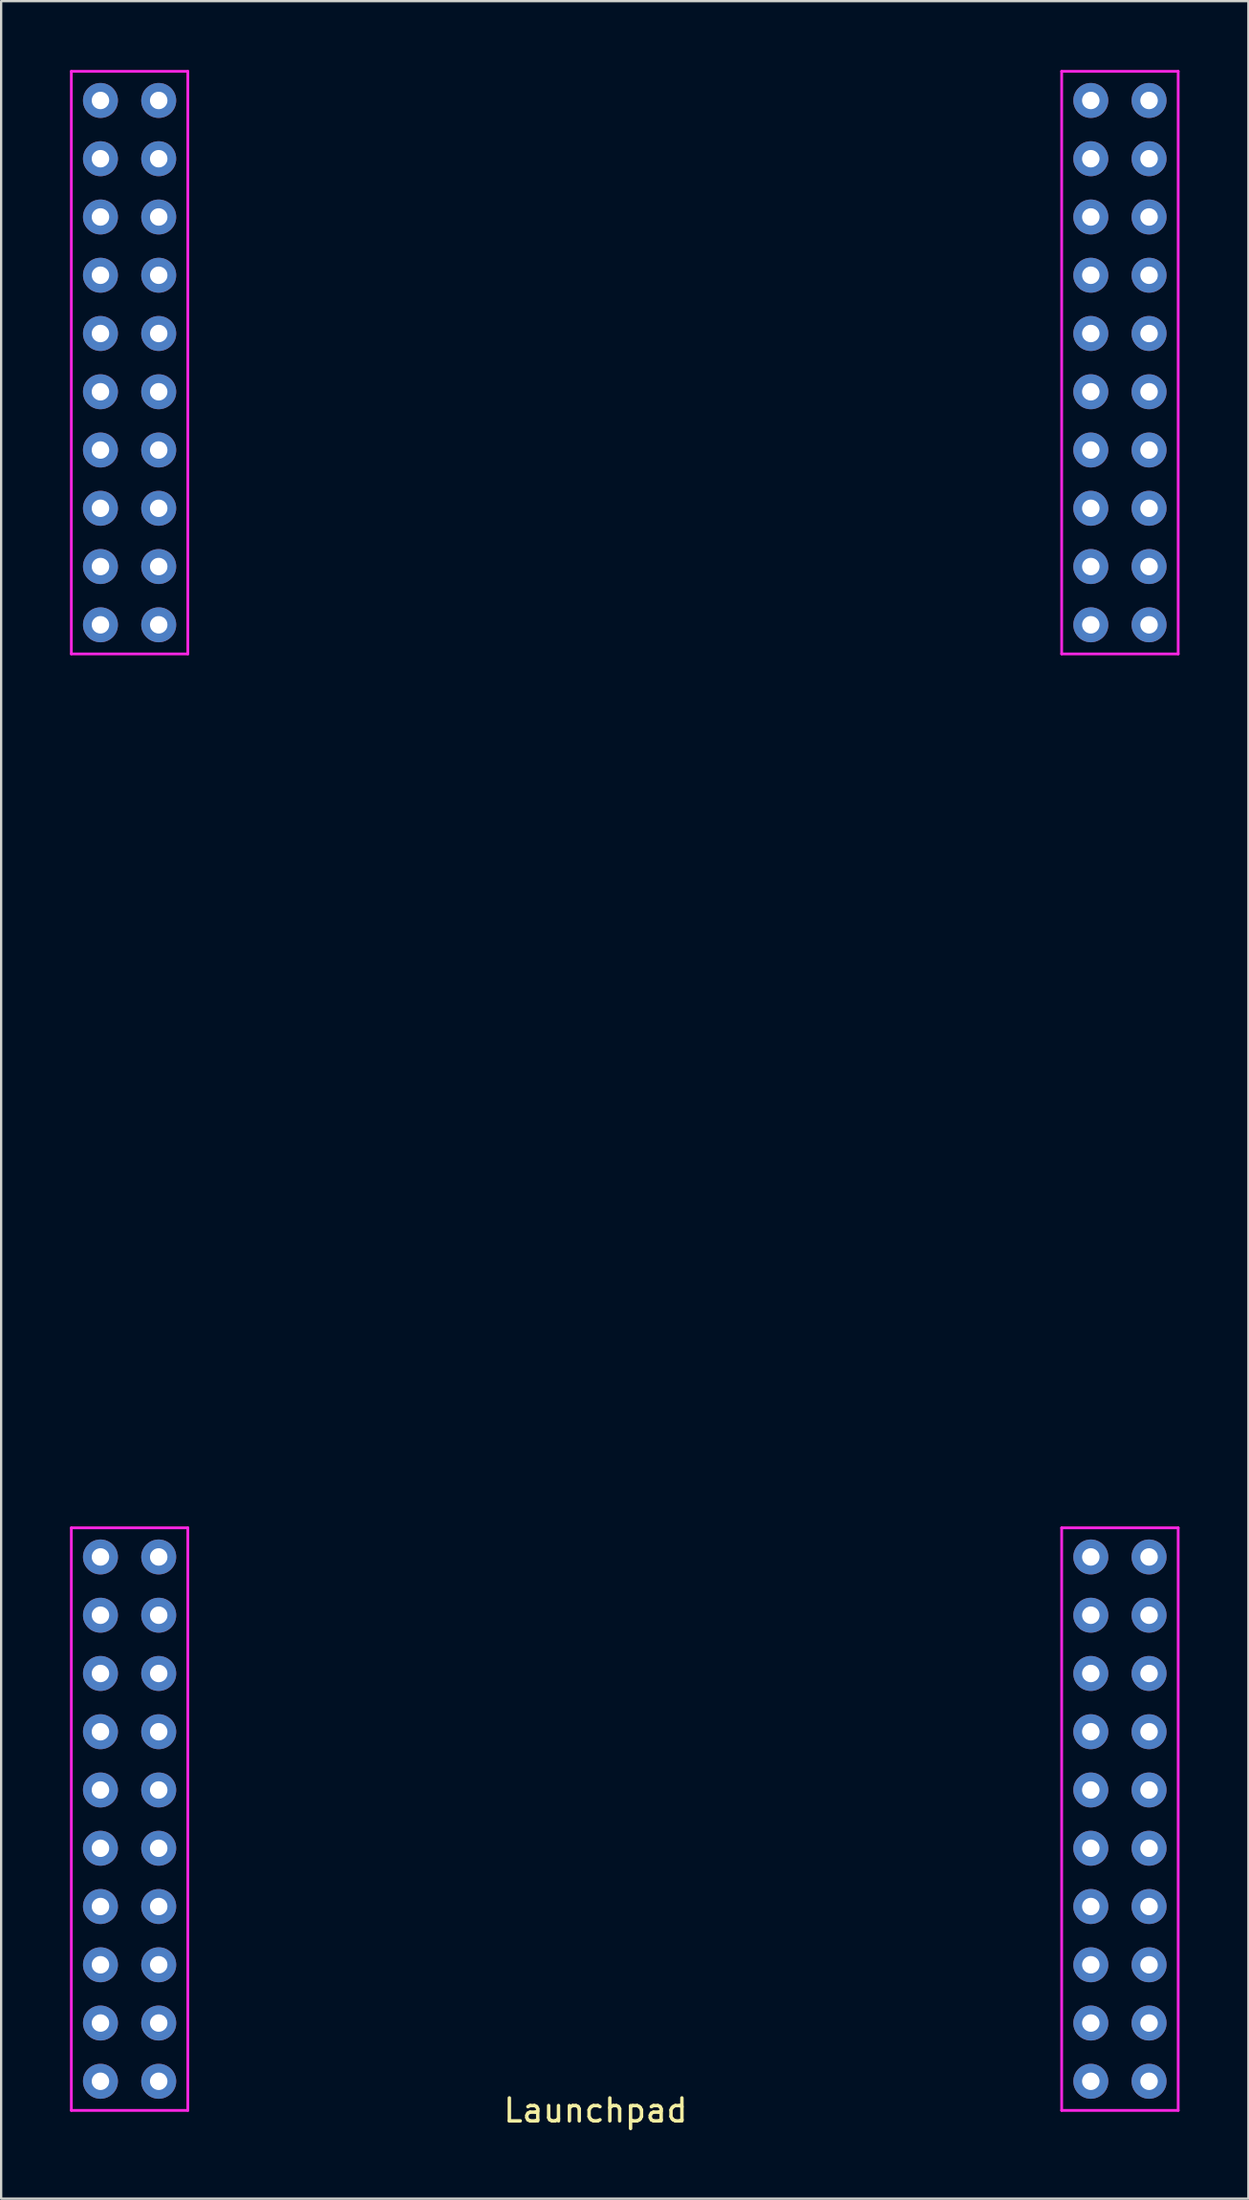
<source format=kicad_pcb>
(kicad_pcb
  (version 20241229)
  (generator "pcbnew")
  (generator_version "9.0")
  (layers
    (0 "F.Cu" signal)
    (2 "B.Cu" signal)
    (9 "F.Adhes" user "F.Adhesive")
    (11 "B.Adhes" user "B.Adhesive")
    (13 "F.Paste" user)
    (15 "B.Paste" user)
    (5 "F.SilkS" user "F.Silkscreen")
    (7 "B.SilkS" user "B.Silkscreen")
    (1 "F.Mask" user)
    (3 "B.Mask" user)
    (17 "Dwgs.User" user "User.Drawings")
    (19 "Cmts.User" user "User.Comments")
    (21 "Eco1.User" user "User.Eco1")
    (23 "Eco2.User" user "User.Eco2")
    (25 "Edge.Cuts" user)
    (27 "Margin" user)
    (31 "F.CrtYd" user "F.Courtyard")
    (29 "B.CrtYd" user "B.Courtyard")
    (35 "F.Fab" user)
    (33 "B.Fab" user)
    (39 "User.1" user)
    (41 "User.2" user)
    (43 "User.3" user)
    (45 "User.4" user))
  (footprint "Launchpad"
    (layer "F.Cu")
    (at 22.92 43.24)
    (property "Reference" "Launchpad" (at 0 45.72 0) (layer "F.SilkS") (effects (font (size 1 1) (thickness 0.15))))
    (attr through_hole)
    (fp_line (start -22.86 -43.18) (end -17.78 -43.18) (stroke (width 0.12) (type solid)) (layer "F.CrtYd"))
    (fp_line (start -22.86 -17.78) (end -22.86 -43.18) (stroke (width 0.12) (type solid)) (layer "F.CrtYd"))
    (fp_line (start -22.86 20.32) (end -17.78 20.32) (stroke (width 0.12) (type solid)) (layer "F.CrtYd"))
    (fp_line (start -22.86 45.72) (end -22.86 20.32) (stroke (width 0.12) (type solid)) (layer "F.CrtYd"))
    (fp_line (start -17.78 -43.18) (end -17.78 -17.78) (stroke (width 0.12) (type solid)) (layer "F.CrtYd"))
    (fp_line (start -17.78 -17.78) (end -22.86 -17.78) (stroke (width 0.12) (type solid)) (layer "F.CrtYd"))
    (fp_line (start -17.78 20.32) (end -17.78 45.72) (stroke (width 0.12) (type solid)) (layer "F.CrtYd"))
    (fp_line (start -17.78 45.72) (end -22.86 45.72) (stroke (width 0.12) (type solid)) (layer "F.CrtYd"))
    (fp_line (start 20.32 -43.18) (end 25.4 -43.18) (stroke (width 0.12) (type solid)) (layer "F.CrtYd"))
    (fp_line (start 20.32 -17.78) (end 20.32 -43.18) (stroke (width 0.12) (type solid)) (layer "F.CrtYd"))
    (fp_line (start 20.32 20.32) (end 25.4 20.32) (stroke (width 0.12) (type solid)) (layer "F.CrtYd"))
    (fp_line (start 20.32 45.72) (end 20.32 20.32) (stroke (width 0.12) (type solid)) (layer "F.CrtYd"))
    (fp_line (start 25.4 -43.18) (end 25.4 -17.78) (stroke (width 0.12) (type solid)) (layer "F.CrtYd"))
    (fp_line (start 25.4 -17.78) (end 20.32 -17.78) (stroke (width 0.12) (type solid)) (layer "F.CrtYd"))
    (fp_line (start 25.4 20.32) (end 25.4 45.72) (stroke (width 0.12) (type solid)) (layer "F.CrtYd"))
    (fp_line (start 25.4 45.72) (end 20.32 45.72) (stroke (width 0.12) (type solid)) (layer "F.CrtYd"))
    (pad "1" thru_hole circle (at -21.59 -41.91) (size 1.524 1.524) (drill 0.762) (layers "*.Cu" "*.Mask"))
    (pad "2" thru_hole circle (at -19.05 -41.91) (size 1.524 1.524) (drill 0.762) (layers "*.Cu" "*.Mask"))
    (pad "3" thru_hole circle (at -21.59 -39.37) (size 1.524 1.524) (drill 0.762) (layers "*.Cu" "*.Mask"))
    (pad "4" thru_hole circle (at -19.05 -39.37) (size 1.524 1.524) (drill 0.762) (layers "*.Cu" "*.Mask"))
    (pad "5" thru_hole circle (at -21.59 -36.83) (size 1.524 1.524) (drill 0.762) (layers "*.Cu" "*.Mask"))
    (pad "6" thru_hole circle (at -19.05 -36.83) (size 1.524 1.524) (drill 0.762) (layers "*.Cu" "*.Mask"))
    (pad "7" thru_hole circle (at -21.59 -34.29) (size 1.524 1.524) (drill 0.762) (layers "*.Cu" "*.Mask"))
    (pad "8" thru_hole circle (at -19.05 -34.29) (size 1.524 1.524) (drill 0.762) (layers "*.Cu" "*.Mask"))
    (pad "9" thru_hole circle (at -21.59 -31.75) (size 1.524 1.524) (drill 0.762) (layers "*.Cu" "*.Mask"))
    (pad "10" thru_hole circle (at -19.05 -31.75) (size 1.524 1.524) (drill 0.762) (layers "*.Cu" "*.Mask"))
    (pad "11" thru_hole circle (at -21.59 -29.21) (size 1.524 1.524) (drill 0.762) (layers "*.Cu" "*.Mask"))
    (pad "12" thru_hole circle (at -19.05 -29.21) (size 1.524 1.524) (drill 0.762) (layers "*.Cu" "*.Mask"))
    (pad "13" thru_hole circle (at -21.59 -26.67) (size 1.524 1.524) (drill 0.762) (layers "*.Cu" "*.Mask"))
    (pad "14" thru_hole circle (at -19.05 -26.67) (size 1.524 1.524) (drill 0.762) (layers "*.Cu" "*.Mask"))
    (pad "15" thru_hole circle (at -21.59 -24.13) (size 1.524 1.524) (drill 0.762) (layers "*.Cu" "*.Mask"))
    (pad "16" thru_hole circle (at -19.05 -24.13) (size 1.524 1.524) (drill 0.762) (layers "*.Cu" "*.Mask"))
    (pad "17" thru_hole circle (at -21.59 -21.59) (size 1.524 1.524) (drill 0.762) (layers "*.Cu" "*.Mask"))
    (pad "18" thru_hole circle (at -19.05 -21.59) (size 1.524 1.524) (drill 0.762) (layers "*.Cu" "*.Mask"))
    (pad "19" thru_hole circle (at -21.59 -19.05) (size 1.524 1.524) (drill 0.762) (layers "*.Cu" "*.Mask"))
    (pad "20" thru_hole circle (at -19.05 -19.05) (size 1.524 1.524) (drill 0.762) (layers "*.Cu" "*.Mask"))
    (pad "21" thru_hole circle (at -21.59 21.59) (size 1.524 1.524) (drill 0.762) (layers "*.Cu" "*.Mask"))
    (pad "22" thru_hole circle (at -19.05 21.59) (size 1.524 1.524) (drill 0.762) (layers "*.Cu" "*.Mask"))
    (pad "23" thru_hole circle (at -21.59 24.13) (size 1.524 1.524) (drill 0.762) (layers "*.Cu" "*.Mask"))
    (pad "24" thru_hole circle (at -19.05 24.13) (size 1.524 1.524) (drill 0.762) (layers "*.Cu" "*.Mask"))
    (pad "25" thru_hole circle (at -21.59 26.67) (size 1.524 1.524) (drill 0.762) (layers "*.Cu" "*.Mask"))
    (pad "26" thru_hole circle (at -19.05 26.67) (size 1.524 1.524) (drill 0.762) (layers "*.Cu" "*.Mask"))
    (pad "27" thru_hole circle (at -21.59 29.21) (size 1.524 1.524) (drill 0.762) (layers "*.Cu" "*.Mask"))
    (pad "28" thru_hole circle (at -19.05 29.21) (size 1.524 1.524) (drill 0.762) (layers "*.Cu" "*.Mask"))
    (pad "29" thru_hole circle (at -21.59 31.75) (size 1.524 1.524) (drill 0.762) (layers "*.Cu" "*.Mask"))
    (pad "30" thru_hole circle (at -19.05 31.75) (size 1.524 1.524) (drill 0.762) (layers "*.Cu" "*.Mask"))
    (pad "31" thru_hole circle (at -21.59 34.29) (size 1.524 1.524) (drill 0.762) (layers "*.Cu" "*.Mask"))
    (pad "32" thru_hole circle (at -19.05 34.29) (size 1.524 1.524) (drill 0.762) (layers "*.Cu" "*.Mask"))
    (pad "33" thru_hole circle (at -21.59 36.83) (size 1.524 1.524) (drill 0.762) (layers "*.Cu" "*.Mask"))
    (pad "34" thru_hole circle (at -19.05 36.83) (size 1.524 1.524) (drill 0.762) (layers "*.Cu" "*.Mask"))
    (pad "35" thru_hole circle (at -21.59 39.37) (size 1.524 1.524) (drill 0.762) (layers "*.Cu" "*.Mask"))
    (pad "36" thru_hole circle (at -19.05 39.37) (size 1.524 1.524) (drill 0.762) (layers "*.Cu" "*.Mask"))
    (pad "37" thru_hole circle (at -21.59 41.91) (size 1.524 1.524) (drill 0.762) (layers "*.Cu" "*.Mask"))
    (pad "38" thru_hole circle (at -19.05 41.91) (size 1.524 1.524) (drill 0.762) (layers "*.Cu" "*.Mask"))
    (pad "39" thru_hole circle (at -21.59 44.45) (size 1.524 1.524) (drill 0.762) (layers "*.Cu" "*.Mask"))
    (pad "40" thru_hole circle (at -19.05 44.45) (size 1.524 1.524) (drill 0.762) (layers "*.Cu" "*.Mask"))
    (pad "41" thru_hole circle (at 21.59 -41.91) (size 1.524 1.524) (drill 0.762) (layers "*.Cu" "*.Mask"))
    (pad "42" thru_hole circle (at 24.13 -41.91) (size 1.524 1.524) (drill 0.762) (layers "*.Cu" "*.Mask"))
    (pad "43" thru_hole circle (at 21.59 -39.37) (size 1.524 1.524) (drill 0.762) (layers "*.Cu" "*.Mask"))
    (pad "44" thru_hole circle (at 24.13 -39.37) (size 1.524 1.524) (drill 0.762) (layers "*.Cu" "*.Mask"))
    (pad "45" thru_hole circle (at 21.59 -36.83) (size 1.524 1.524) (drill 0.762) (layers "*.Cu" "*.Mask"))
    (pad "46" thru_hole circle (at 24.13 -36.83) (size 1.524 1.524) (drill 0.762) (layers "*.Cu" "*.Mask"))
    (pad "47" thru_hole circle (at 21.59 -34.29) (size 1.524 1.524) (drill 0.762) (layers "*.Cu" "*.Mask"))
    (pad "48" thru_hole circle (at 24.13 -34.29) (size 1.524 1.524) (drill 0.762) (layers "*.Cu" "*.Mask"))
    (pad "49" thru_hole circle (at 21.59 -31.75) (size 1.524 1.524) (drill 0.762) (layers "*.Cu" "*.Mask"))
    (pad "50" thru_hole circle (at 24.13 -31.75) (size 1.524 1.524) (drill 0.762) (layers "*.Cu" "*.Mask"))
    (pad "51" thru_hole circle (at 21.59 -29.21) (size 1.524 1.524) (drill 0.762) (layers "*.Cu" "*.Mask"))
    (pad "52" thru_hole circle (at 24.13 -29.21) (size 1.524 1.524) (drill 0.762) (layers "*.Cu" "*.Mask"))
    (pad "53" thru_hole circle (at 21.59 -26.67) (size 1.524 1.524) (drill 0.762) (layers "*.Cu" "*.Mask"))
    (pad "54" thru_hole circle (at 24.13 -26.67) (size 1.524 1.524) (drill 0.762) (layers "*.Cu" "*.Mask"))
    (pad "55" thru_hole circle (at 21.59 -24.13) (size 1.524 1.524) (drill 0.762) (layers "*.Cu" "*.Mask"))
    (pad "56" thru_hole circle (at 24.13 -24.13) (size 1.524 1.524) (drill 0.762) (layers "*.Cu" "*.Mask"))
    (pad "57" thru_hole circle (at 21.59 -21.59) (size 1.524 1.524) (drill 0.762) (layers "*.Cu" "*.Mask"))
    (pad "58" thru_hole circle (at 24.13 -21.59) (size 1.524 1.524) (drill 0.762) (layers "*.Cu" "*.Mask"))
    (pad "59" thru_hole circle (at 21.59 -19.05) (size 1.524 1.524) (drill 0.762) (layers "*.Cu" "*.Mask"))
    (pad "60" thru_hole circle (at 24.13 -19.05) (size 1.524 1.524) (drill 0.762) (layers "*.Cu" "*.Mask"))
    (pad "61" thru_hole circle (at 21.59 21.59) (size 1.524 1.524) (drill 0.762) (layers "*.Cu" "*.Mask"))
    (pad "62" thru_hole circle (at 24.13 21.59) (size 1.524 1.524) (drill 0.762) (layers "*.Cu" "*.Mask"))
    (pad "63" thru_hole circle (at 21.59 24.13) (size 1.524 1.524) (drill 0.762) (layers "*.Cu" "*.Mask"))
    (pad "64" thru_hole circle (at 24.13 24.13) (size 1.524 1.524) (drill 0.762) (layers "*.Cu" "*.Mask"))
    (pad "65" thru_hole circle (at 21.59 26.67) (size 1.524 1.524) (drill 0.762) (layers "*.Cu" "*.Mask"))
    (pad "66" thru_hole circle (at 24.13 26.67) (size 1.524 1.524) (drill 0.762) (layers "*.Cu" "*.Mask"))
    (pad "67" thru_hole circle (at 21.59 29.21) (size 1.524 1.524) (drill 0.762) (layers "*.Cu" "*.Mask"))
    (pad "68" thru_hole circle (at 24.13 29.21) (size 1.524 1.524) (drill 0.762) (layers "*.Cu" "*.Mask"))
    (pad "69" thru_hole circle (at 21.59 31.75) (size 1.524 1.524) (drill 0.762) (layers "*.Cu" "*.Mask"))
    (pad "70" thru_hole circle (at 24.13 31.75) (size 1.524 1.524) (drill 0.762) (layers "*.Cu" "*.Mask"))
    (pad "71" thru_hole circle (at 21.59 34.29) (size 1.524 1.524) (drill 0.762) (layers "*.Cu" "*.Mask"))
    (pad "72" thru_hole circle (at 24.13 34.29) (size 1.524 1.524) (drill 0.762) (layers "*.Cu" "*.Mask"))
    (pad "73" thru_hole circle (at 21.59 36.83) (size 1.524 1.524) (drill 0.762) (layers "*.Cu" "*.Mask"))
    (pad "74" thru_hole circle (at 24.13 36.83) (size 1.524 1.524) (drill 0.762) (layers "*.Cu" "*.Mask"))
    (pad "75" thru_hole circle (at 21.59 39.37) (size 1.524 1.524) (drill 0.762) (layers "*.Cu" "*.Mask"))
    (pad "76" thru_hole circle (at 24.13 39.37) (size 1.524 1.524) (drill 0.762) (layers "*.Cu" "*.Mask"))
    (pad "77" thru_hole circle (at 21.59 41.91) (size 1.524 1.524) (drill 0.762) (layers "*.Cu" "*.Mask"))
    (pad "78" thru_hole circle (at 24.13 41.91) (size 1.524 1.524) (drill 0.762) (layers "*.Cu" "*.Mask"))
    (pad "79" thru_hole circle (at 21.59 44.45) (size 1.524 1.524) (drill 0.762) (layers "*.Cu" "*.Mask"))
    (pad "80" thru_hole circle (at 24.13 44.45) (size 1.524 1.524) (drill 0.762) (layers "*.Cu" "*.Mask")))
  (gr_rect
    (start -3 -3)
    (end 51.38 92.808)
    (stroke (width 0.1) (type default))
    (fill no)
    (layer "Edge.Cuts")))
</source>
